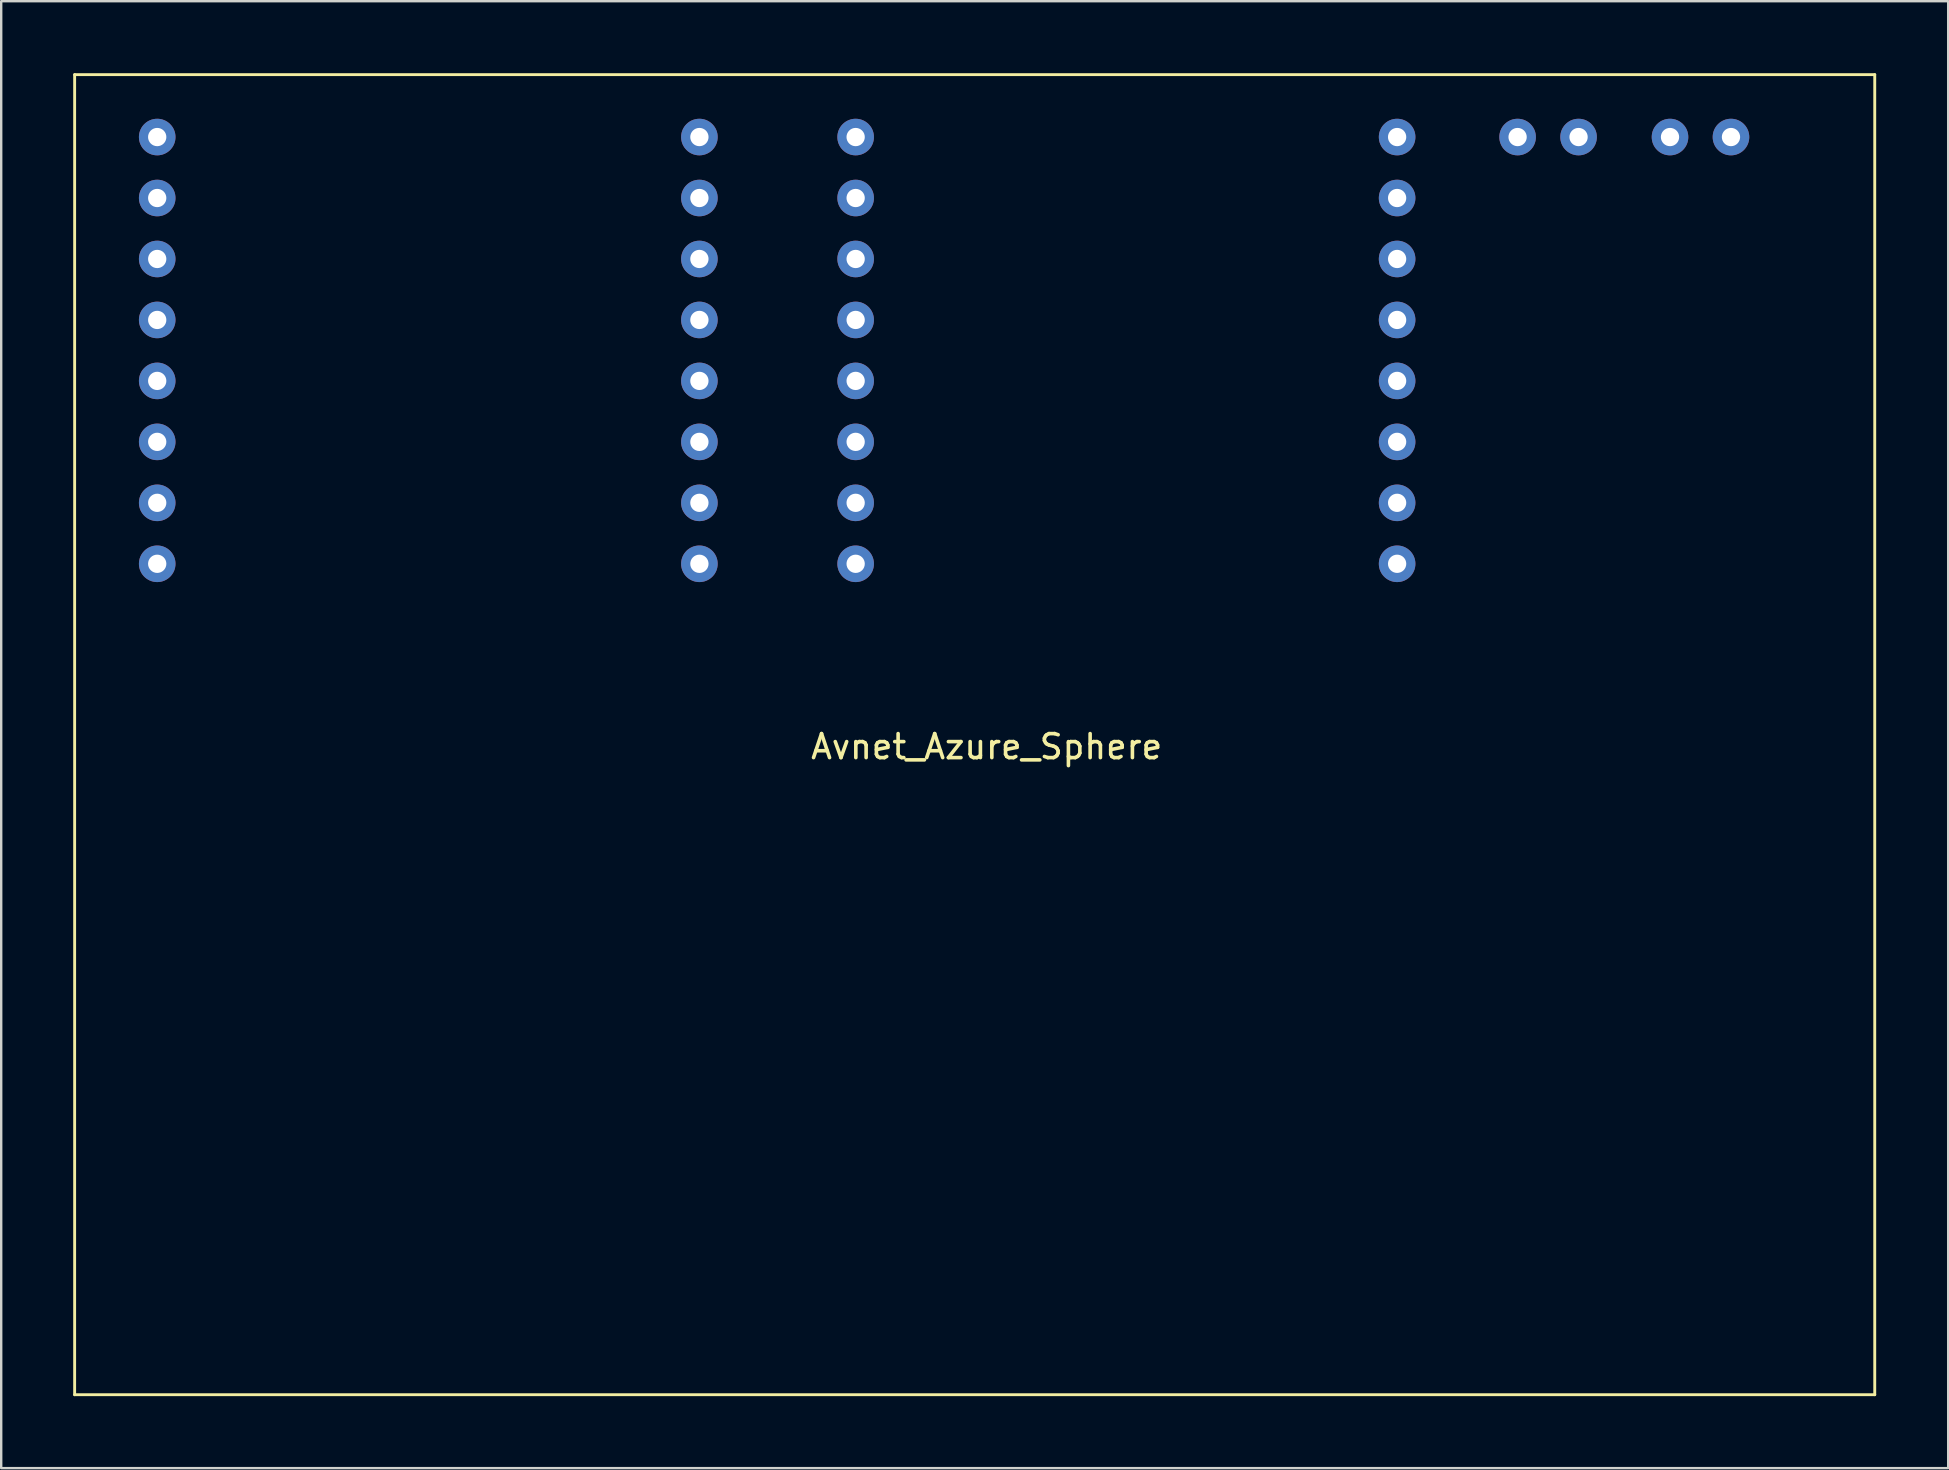
<source format=kicad_pcb>
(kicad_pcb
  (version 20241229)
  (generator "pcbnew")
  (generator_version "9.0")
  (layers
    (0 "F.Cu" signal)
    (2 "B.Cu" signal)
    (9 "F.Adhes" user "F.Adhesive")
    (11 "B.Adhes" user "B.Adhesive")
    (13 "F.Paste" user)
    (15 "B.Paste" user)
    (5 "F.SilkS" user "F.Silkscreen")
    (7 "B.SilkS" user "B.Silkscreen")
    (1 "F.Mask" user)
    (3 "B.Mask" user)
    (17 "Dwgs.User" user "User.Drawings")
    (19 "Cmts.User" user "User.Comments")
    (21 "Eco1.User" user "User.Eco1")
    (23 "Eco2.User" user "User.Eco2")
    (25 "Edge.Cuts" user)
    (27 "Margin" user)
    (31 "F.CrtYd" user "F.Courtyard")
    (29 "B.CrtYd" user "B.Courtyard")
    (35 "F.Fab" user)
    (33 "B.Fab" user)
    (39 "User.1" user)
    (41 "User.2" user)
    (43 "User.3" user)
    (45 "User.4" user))
  (footprint "Avnet_Azure_Sphere"
    (layer "F.Cu")
    (at 38.06 28.06)
    (property "Reference" "Avnet_Azure_Sphere" (at 0 0 0) (layer "F.SilkS") (effects (font (size 1 1) (thickness 0.15))))
    (attr through_hole)
    (fp_line (start -38 -28) (end 37 -28) (stroke (width 0.12) (type solid)) (layer "F.SilkS"))
    (fp_line (start -38 27) (end -38 -28) (stroke (width 0.12) (type solid)) (layer "F.SilkS"))
    (fp_line (start 37 -28) (end 37 27) (stroke (width 0.12) (type solid)) (layer "F.SilkS"))
    (fp_line (start 37 27) (end -38 27) (stroke (width 0.12) (type solid)) (layer "F.SilkS"))
    (pad "1" thru_hole circle (at -34.56 -25.4) (size 1.524 1.524) (drill 0.762) (layers "*.Cu" "*.Mask"))
    (pad "2" thru_hole circle (at -34.56 -22.86) (size 1.524 1.524) (drill 0.762) (layers "*.Cu" "*.Mask"))
    (pad "3" thru_hole circle (at -34.56 -20.32) (size 1.524 1.524) (drill 0.762) (layers "*.Cu" "*.Mask"))
    (pad "4" thru_hole circle (at -34.56 -17.78) (size 1.524 1.524) (drill 0.762) (layers "*.Cu" "*.Mask"))
    (pad "4" thru_hole circle (at -5.46 -17.78) (size 1.524 1.524) (drill 0.762) (layers "*.Cu" "*.Mask"))
    (pad "5" thru_hole circle (at -34.56 -15.24) (size 1.524 1.524) (drill 0.762) (layers "*.Cu" "*.Mask"))
    (pad "5" thru_hole circle (at -5.46 -15.24) (size 1.524 1.524) (drill 0.762) (layers "*.Cu" "*.Mask"))
    (pad "6" thru_hole circle (at -34.56 -12.7) (size 1.524 1.524) (drill 0.762) (layers "*.Cu" "*.Mask"))
    (pad "6" thru_hole circle (at -5.46 -12.7) (size 1.524 1.524) (drill 0.762) (layers "*.Cu" "*.Mask"))
    (pad "7" thru_hole circle (at -11.97 -25.4) (size 1.524 1.524) (drill 0.762) (layers "*.Cu" "*.Mask"))
    (pad "8" thru_hole circle (at -11.97 -22.86) (size 1.524 1.524) (drill 0.762) (layers "*.Cu" "*.Mask"))
    (pad "8" thru_hole circle (at 17.1 -22.86) (size 1.524 1.524) (drill 0.762) (layers "*.Cu" "*.Mask"))
    (pad "9" thru_hole circle (at -11.97 -20.32) (size 1.524 1.524) (drill 0.762) (layers "*.Cu" "*.Mask"))
    (pad "9" thru_hole circle (at 17.1 -20.32) (size 1.524 1.524) (drill 0.762) (layers "*.Cu" "*.Mask"))
    (pad "10" thru_hole circle (at -11.97 -17.78) (size 1.524 1.524) (drill 0.762) (layers "*.Cu" "*.Mask"))
    (pad "10" thru_hole circle (at 17.1 -17.78) (size 1.524 1.524) (drill 0.762) (layers "*.Cu" "*.Mask"))
    (pad "11" thru_hole circle (at -11.97 -15.24) (size 1.524 1.524) (drill 0.762) (layers "*.Cu" "*.Mask"))
    (pad "11" thru_hole circle (at 17.1 -15.24) (size 1.524 1.524) (drill 0.762) (layers "*.Cu" "*.Mask"))
    (pad "12" thru_hole circle (at -11.97 -12.7) (size 1.524 1.524) (drill 0.762) (layers "*.Cu" "*.Mask"))
    (pad "12" thru_hole circle (at 17.1 -12.7) (size 1.524 1.524) (drill 0.762) (layers "*.Cu" "*.Mask"))
    (pad "13" thru_hole circle (at -5.46 -25.4) (size 1.524 1.524) (drill 0.762) (layers "*.Cu" "*.Mask"))
    (pad "14" thru_hole circle (at -5.46 -22.86) (size 1.524 1.524) (drill 0.762) (layers "*.Cu" "*.Mask"))
    (pad "15" thru_hole circle (at -5.46 -20.32) (size 1.524 1.524) (drill 0.762) (layers "*.Cu" "*.Mask"))
    (pad "16" thru_hole circle (at -34.56 -10.16) (size 1.524 1.524) (drill 0.762) (layers "*.Cu" "*.Mask"))
    (pad "16" thru_hole circle (at -5.46 -10.16) (size 1.524 1.524) (drill 0.762) (layers "*.Cu" "*.Mask"))
    (pad "17" thru_hole circle (at -11.97 -10.16) (size 1.524 1.524) (drill 0.762) (layers "*.Cu" "*.Mask"))
    (pad "17" thru_hole circle (at 17.1 -10.16) (size 1.524 1.524) (drill 0.762) (layers "*.Cu" "*.Mask"))
    (pad "18" thru_hole circle (at 17.1 -25.4) (size 1.524 1.524) (drill 0.762) (layers "*.Cu" "*.Mask"))
    (pad "19" thru_hole circle (at 22.12 -25.4) (size 1.524 1.524) (drill 0.762) (layers "*.Cu" "*.Mask"))
    (pad "20" thru_hole circle (at -34.56 -7.62) (size 1.524 1.524) (drill 0.762) (layers "*.Cu" "*.Mask"))
    (pad "20" thru_hole circle (at -11.97 -7.62) (size 1.524 1.524) (drill 0.762) (layers "*.Cu" "*.Mask"))
    (pad "20" thru_hole circle (at -5.46 -7.62) (size 1.524 1.524) (drill 0.762) (layers "*.Cu" "*.Mask"))
    (pad "20" thru_hole circle (at 17.1 -7.62) (size 1.524 1.524) (drill 0.762) (layers "*.Cu" "*.Mask"))
    (pad "20" thru_hole circle (at 24.66 -25.4) (size 1.524 1.524) (drill 0.762) (layers "*.Cu" "*.Mask"))
    (pad "20" thru_hole circle (at 31.01 -25.4) (size 1.524 1.524) (drill 0.762) (layers "*.Cu" "*.Mask"))
    (pad "21" thru_hole circle (at 28.47 -25.4) (size 1.524 1.524) (drill 0.762) (layers "*.Cu" "*.Mask")))
  (gr_rect
    (start -3 -3)
    (end 78.12 58.12)
    (stroke (width 0.1) (type default))
    (fill no)
    (layer "Edge.Cuts")))
</source>
